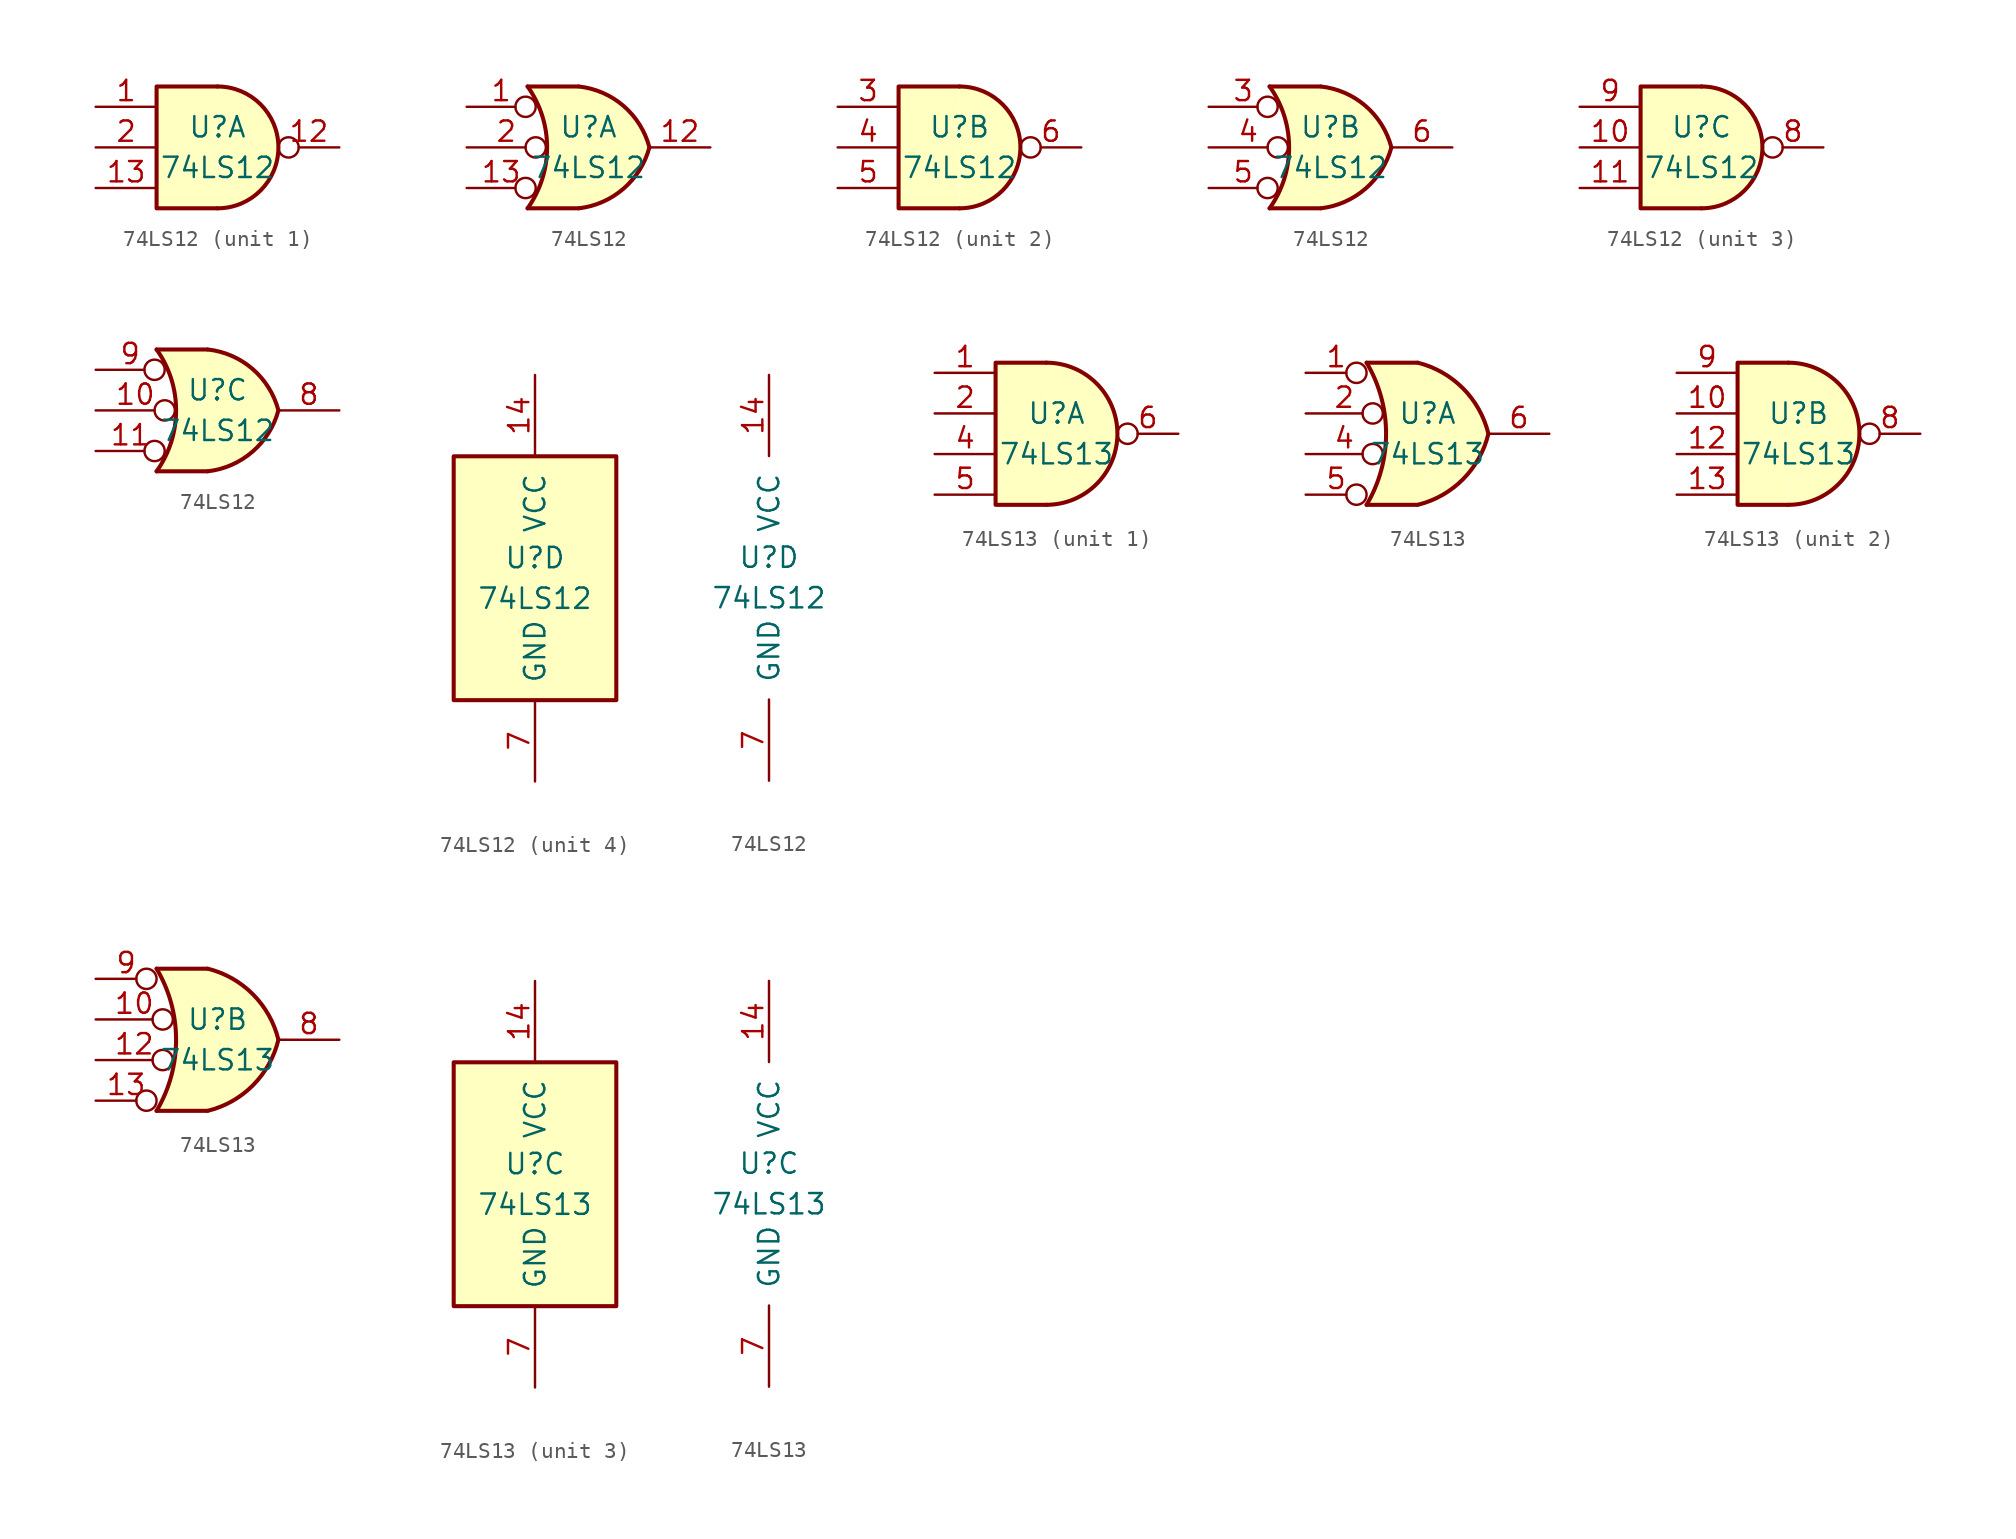
<source format=kicad_sym>
(kicad_symbol_lib
  (version 20211014)
  (generator kicad_symbol_editor)
  (symbol "74LS12"
    (pin_names
      (offset 1.016))
    (property "Reference" "U"
      (at 0 1.27 0)
      (effects (font (size 1.27 1.27))))
    (property "Value" "74LS12"
      (at 0 -1.27 0)
      (effects (font (size 1.27 1.27))))
    (property "ki_locked" ""
      (at 0 0 0)
      (effects (font (size 1.27 1.27))))
    (symbol "74LS12_1_1"
      (arc (start 0 -3.81) (mid 3.81 0) (end 0 3.81) (stroke (width 0.254) (type default) (color 0 0 0 0)) (fill (type background)))
      (polyline (pts (xy 0 3.81) (xy -3.81 3.81) (xy -3.81 -3.81) (xy 0 -3.81)) (stroke (width 0.254) (type default) (color 0 0 0 0)) (fill (type background)))
      (pin input line (at -7.62 2.54 0) (length 3.81) (name "~" (effects (font (size 1.27 1.27)))) (number "1" (effects (font (size 1.27 1.27)))))
      (pin open_collector inverted (at 7.62 0 180) (length 3.81) (name "~" (effects (font (size 1.27 1.27)))) (number "12" (effects (font (size 1.27 1.27)))))
      (pin input line (at -7.62 -2.54 0) (length 3.81) (name "~" (effects (font (size 1.27 1.27)))) (number "13" (effects (font (size 1.27 1.27)))))
      (pin input line (at -7.62 0 0) (length 3.81) (name "~" (effects (font (size 1.27 1.27)))) (number "2" (effects (font (size 1.27 1.27))))))
    (symbol "74LS12_1_2"
      (arc (start -3.81 -3.81) (mid -2.589 0) (end -3.81 3.81) (stroke (width 0.254) (type default) (color 0 0 0 0)) (fill (type none)))
      (arc (start -0.6096 -3.81) (mid 2.1855 -2.584) (end 3.81 0) (stroke (width 0.254) (type default) (color 0 0 0 0)) (fill (type background)))
      (polyline (pts (xy -3.81 -3.81) (xy -0.635 -3.81)) (stroke (width 0.254) (type default) (color 0 0 0 0)) (fill (type background)))
      (polyline (pts (xy -3.81 3.81) (xy -0.635 3.81)) (stroke (width 0.254) (type default) (color 0 0 0 0)) (fill (type background)))
      (polyline (pts (xy -0.635 3.81) (xy -3.81 3.81) (xy -3.81 3.81) (xy -3.556 3.404) (xy -3.023 2.261) (xy -2.692 1.041) (xy -2.616 -0.254) (xy -2.769 -1.499) (xy -3.175 -2.718) (xy -3.81 -3.81) (xy -3.81 -3.81) (xy -0.635 -3.81)) (stroke (width -25.4) (type default) (color 0 0 0 0)) (fill (type background)))
      (arc (start 3.81 0) (mid 2.1928 2.5925) (end -0.6096 3.81) (stroke (width 0.254) (type default) (color 0 0 0 0)) (fill (type background)))
      (pin input inverted (at -7.62 2.54 0) (length 4.318) (name "~" (effects (font (size 1.27 1.27)))) (number "1" (effects (font (size 1.27 1.27)))))
      (pin open_collector line (at 7.62 0 180) (length 3.81) (name "~" (effects (font (size 1.27 1.27)))) (number "12" (effects (font (size 1.27 1.27)))))
      (pin input inverted (at -7.62 -2.54 0) (length 4.318) (name "~" (effects (font (size 1.27 1.27)))) (number "13" (effects (font (size 1.27 1.27)))))
      (pin input inverted (at -7.62 0 0) (length 4.953) (name "~" (effects (font (size 1.27 1.27)))) (number "2" (effects (font (size 1.27 1.27))))))
    (symbol "74LS12_2_1"
      (arc (start 0 -3.81) (mid 3.81 0) (end 0 3.81) (stroke (width 0.254) (type default) (color 0 0 0 0)) (fill (type background)))
      (polyline (pts (xy 0 3.81) (xy -3.81 3.81) (xy -3.81 -3.81) (xy 0 -3.81)) (stroke (width 0.254) (type default) (color 0 0 0 0)) (fill (type background)))
      (pin input line (at -7.62 2.54 0) (length 3.81) (name "~" (effects (font (size 1.27 1.27)))) (number "3" (effects (font (size 1.27 1.27)))))
      (pin input line (at -7.62 0 0) (length 3.81) (name "~" (effects (font (size 1.27 1.27)))) (number "4" (effects (font (size 1.27 1.27)))))
      (pin input line (at -7.62 -2.54 0) (length 3.81) (name "~" (effects (font (size 1.27 1.27)))) (number "5" (effects (font (size 1.27 1.27)))))
      (pin open_collector inverted (at 7.62 0 180) (length 3.81) (name "~" (effects (font (size 1.27 1.27)))) (number "6" (effects (font (size 1.27 1.27))))))
    (symbol "74LS12_2_2"
      (arc (start -3.81 -3.81) (mid -2.589 0) (end -3.81 3.81) (stroke (width 0.254) (type default) (color 0 0 0 0)) (fill (type none)))
      (arc (start -0.6096 -3.81) (mid 2.1855 -2.584) (end 3.81 0) (stroke (width 0.254) (type default) (color 0 0 0 0)) (fill (type background)))
      (polyline (pts (xy -3.81 -3.81) (xy -0.635 -3.81)) (stroke (width 0.254) (type default) (color 0 0 0 0)) (fill (type background)))
      (polyline (pts (xy -3.81 3.81) (xy -0.635 3.81)) (stroke (width 0.254) (type default) (color 0 0 0 0)) (fill (type background)))
      (polyline (pts (xy -0.635 3.81) (xy -3.81 3.81) (xy -3.81 3.81) (xy -3.556 3.404) (xy -3.023 2.261) (xy -2.692 1.041) (xy -2.616 -0.254) (xy -2.769 -1.499) (xy -3.175 -2.718) (xy -3.81 -3.81) (xy -3.81 -3.81) (xy -0.635 -3.81)) (stroke (width -25.4) (type default) (color 0 0 0 0)) (fill (type background)))
      (arc (start 3.81 0) (mid 2.1928 2.5925) (end -0.6096 3.81) (stroke (width 0.254) (type default) (color 0 0 0 0)) (fill (type background)))
      (pin input inverted (at -7.62 2.54 0) (length 4.318) (name "~" (effects (font (size 1.27 1.27)))) (number "3" (effects (font (size 1.27 1.27)))))
      (pin input inverted (at -7.62 0 0) (length 4.953) (name "~" (effects (font (size 1.27 1.27)))) (number "4" (effects (font (size 1.27 1.27)))))
      (pin input inverted (at -7.62 -2.54 0) (length 4.318) (name "~" (effects (font (size 1.27 1.27)))) (number "5" (effects (font (size 1.27 1.27)))))
      (pin open_collector line (at 7.62 0 180) (length 3.81) (name "~" (effects (font (size 1.27 1.27)))) (number "6" (effects (font (size 1.27 1.27))))))
    (symbol "74LS12_3_1"
      (arc (start 0 -3.81) (mid 3.81 0) (end 0 3.81) (stroke (width 0.254) (type default) (color 0 0 0 0)) (fill (type background)))
      (polyline (pts (xy 0 3.81) (xy -3.81 3.81) (xy -3.81 -3.81) (xy 0 -3.81)) (stroke (width 0.254) (type default) (color 0 0 0 0)) (fill (type background)))
      (pin input line (at -7.62 0 0) (length 3.81) (name "~" (effects (font (size 1.27 1.27)))) (number "10" (effects (font (size 1.27 1.27)))))
      (pin input line (at -7.62 -2.54 0) (length 3.81) (name "~" (effects (font (size 1.27 1.27)))) (number "11" (effects (font (size 1.27 1.27)))))
      (pin open_collector inverted (at 7.62 0 180) (length 3.81) (name "~" (effects (font (size 1.27 1.27)))) (number "8" (effects (font (size 1.27 1.27)))))
      (pin input line (at -7.62 2.54 0) (length 3.81) (name "~" (effects (font (size 1.27 1.27)))) (number "9" (effects (font (size 1.27 1.27))))))
    (symbol "74LS12_3_2"
      (arc (start -3.81 -3.81) (mid -2.589 0) (end -3.81 3.81) (stroke (width 0.254) (type default) (color 0 0 0 0)) (fill (type none)))
      (arc (start -0.6096 -3.81) (mid 2.1855 -2.584) (end 3.81 0) (stroke (width 0.254) (type default) (color 0 0 0 0)) (fill (type background)))
      (polyline (pts (xy -3.81 -3.81) (xy -0.635 -3.81)) (stroke (width 0.254) (type default) (color 0 0 0 0)) (fill (type background)))
      (polyline (pts (xy -3.81 3.81) (xy -0.635 3.81)) (stroke (width 0.254) (type default) (color 0 0 0 0)) (fill (type background)))
      (polyline (pts (xy -0.635 3.81) (xy -3.81 3.81) (xy -3.81 3.81) (xy -3.556 3.404) (xy -3.023 2.261) (xy -2.692 1.041) (xy -2.616 -0.254) (xy -2.769 -1.499) (xy -3.175 -2.718) (xy -3.81 -3.81) (xy -3.81 -3.81) (xy -0.635 -3.81)) (stroke (width -25.4) (type default) (color 0 0 0 0)) (fill (type background)))
      (arc (start 3.81 0) (mid 2.1928 2.5925) (end -0.6096 3.81) (stroke (width 0.254) (type default) (color 0 0 0 0)) (fill (type background)))
      (pin input inverted (at -7.62 0 0) (length 4.953) (name "~" (effects (font (size 1.27 1.27)))) (number "10" (effects (font (size 1.27 1.27)))))
      (pin input inverted (at -7.62 -2.54 0) (length 4.318) (name "~" (effects (font (size 1.27 1.27)))) (number "11" (effects (font (size 1.27 1.27)))))
      (pin open_collector line (at 7.62 0 180) (length 3.81) (name "~" (effects (font (size 1.27 1.27)))) (number "8" (effects (font (size 1.27 1.27)))))
      (pin input inverted (at -7.62 2.54 0) (length 4.318) (name "~" (effects (font (size 1.27 1.27)))) (number "9" (effects (font (size 1.27 1.27))))))
    (symbol "74LS12_4_0"
      (pin power_in line (at 0 12.7 270) (length 5.08) (name "VCC" (effects (font (size 1.27 1.27)))) (number "14" (effects (font (size 1.27 1.27)))))
      (pin power_in line (at 0 -12.7 90) (length 5.08) (name "GND" (effects (font (size 1.27 1.27)))) (number "7" (effects (font (size 1.27 1.27))))))
    (symbol "74LS12_4_1"
      (rectangle (start -5.08 7.62) (end 5.08 -7.62) (stroke (width 0.254) (type default) (color 0 0 0 0)) (fill (type background)))))
  (symbol "74LS13"
    (pin_names
      (offset 1.016))
    (property "Reference" "U"
      (at 0 1.27 0)
      (effects (font (size 1.27 1.27))))
    (property "Value" "74LS13"
      (at 0 -1.27 0)
      (effects (font (size 1.27 1.27))))
    (property "ki_locked" ""
      (at 0 0 0)
      (effects (font (size 1.27 1.27))))
    (symbol "74LS13_1_1"
      (arc (start -0.635 -4.445) (mid 3.81 0) (end -0.635 4.445) (stroke (width 0.254) (type default) (color 0 0 0 0)) (fill (type background)))
      (polyline (pts (xy -0.635 4.445) (xy -3.81 4.445) (xy -3.81 -4.445) (xy -0.635 -4.445)) (stroke (width 0.254) (type default) (color 0 0 0 0)) (fill (type background)))
      (pin input line (at -7.62 3.81 0) (length 3.81) (name "~" (effects (font (size 1.27 1.27)))) (number "1" (effects (font (size 1.27 1.27)))))
      (pin input line (at -7.62 1.27 0) (length 3.81) (name "~" (effects (font (size 1.27 1.27)))) (number "2" (effects (font (size 1.27 1.27)))))
      (pin input line (at -7.62 -1.27 0) (length 3.81) (name "~" (effects (font (size 1.27 1.27)))) (number "4" (effects (font (size 1.27 1.27)))))
      (pin input line (at -7.62 -3.81 0) (length 3.81) (name "~" (effects (font (size 1.27 1.27)))) (number "5" (effects (font (size 1.27 1.27)))))
      (pin output inverted (at 7.62 0 180) (length 3.81) (name "~" (effects (font (size 1.27 1.27)))) (number "6" (effects (font (size 1.27 1.27))))))
    (symbol "74LS13_1_2"
      (arc (start -3.81 -4.445) (mid -2.5908 0) (end -3.81 4.445) (stroke (width 0.254) (type default) (color 0 0 0 0)) (fill (type none)))
      (arc (start -0.6096 -4.445) (mid 2.224 -2.8428) (end 3.81 0) (stroke (width 0.254) (type default) (color 0 0 0 0)) (fill (type background)))
      (polyline (pts (xy -3.81 -4.445) (xy -0.635 -4.445)) (stroke (width 0.254) (type default) (color 0 0 0 0)) (fill (type background)))
      (polyline (pts (xy -3.81 4.445) (xy -0.635 4.445)) (stroke (width 0.254) (type default) (color 0 0 0 0)) (fill (type background)))
      (polyline (pts (xy -0.635 4.445) (xy -3.81 4.445) (xy -3.81 4.445) (xy -3.632 4.089) (xy -3.099 2.921) (xy -2.769 1.676) (xy -2.616 0.432) (xy -2.642 -0.864) (xy -2.87 -2.108) (xy -3.251 -3.327) (xy -3.81 -4.445) (xy -3.81 -4.445) (xy -0.635 -4.445)) (stroke (width -25.4) (type default) (color 0 0 0 0)) (fill (type background)))
      (arc (start 3.81 0) (mid 2.2198 2.8386) (end -0.6096 4.445) (stroke (width 0.254) (type default) (color 0 0 0 0)) (fill (type background)))
      (pin input inverted (at -7.62 3.81 0) (length 3.81) (name "~" (effects (font (size 1.27 1.27)))) (number "1" (effects (font (size 1.27 1.27)))))
      (pin input inverted (at -7.62 1.27 0) (length 4.826) (name "~" (effects (font (size 1.27 1.27)))) (number "2" (effects (font (size 1.27 1.27)))))
      (pin input inverted (at -7.62 -1.27 0) (length 4.826) (name "~" (effects (font (size 1.27 1.27)))) (number "4" (effects (font (size 1.27 1.27)))))
      (pin input inverted (at -7.62 -3.81 0) (length 3.81) (name "~" (effects (font (size 1.27 1.27)))) (number "5" (effects (font (size 1.27 1.27)))))
      (pin output line (at 7.62 0 180) (length 3.81) (name "~" (effects (font (size 1.27 1.27)))) (number "6" (effects (font (size 1.27 1.27))))))
    (symbol "74LS13_2_1"
      (arc (start -0.635 -4.445) (mid 3.81 0) (end -0.635 4.445) (stroke (width 0.254) (type default) (color 0 0 0 0)) (fill (type background)))
      (polyline (pts (xy -0.635 4.445) (xy -3.81 4.445) (xy -3.81 -4.445) (xy -0.635 -4.445)) (stroke (width 0.254) (type default) (color 0 0 0 0)) (fill (type background)))
      (pin input line (at -7.62 1.27 0) (length 3.81) (name "~" (effects (font (size 1.27 1.27)))) (number "10" (effects (font (size 1.27 1.27)))))
      (pin input line (at -7.62 -1.27 0) (length 3.81) (name "~" (effects (font (size 1.27 1.27)))) (number "12" (effects (font (size 1.27 1.27)))))
      (pin input line (at -7.62 -3.81 0) (length 3.81) (name "~" (effects (font (size 1.27 1.27)))) (number "13" (effects (font (size 1.27 1.27)))))
      (pin output inverted (at 7.62 0 180) (length 3.81) (name "~" (effects (font (size 1.27 1.27)))) (number "8" (effects (font (size 1.27 1.27)))))
      (pin input line (at -7.62 3.81 0) (length 3.81) (name "~" (effects (font (size 1.27 1.27)))) (number "9" (effects (font (size 1.27 1.27))))))
    (symbol "74LS13_2_2"
      (arc (start -3.81 -4.445) (mid -2.5908 0) (end -3.81 4.445) (stroke (width 0.254) (type default) (color 0 0 0 0)) (fill (type none)))
      (arc (start -0.6096 -4.445) (mid 2.224 -2.8428) (end 3.81 0) (stroke (width 0.254) (type default) (color 0 0 0 0)) (fill (type background)))
      (polyline (pts (xy -3.81 -4.445) (xy -0.635 -4.445)) (stroke (width 0.254) (type default) (color 0 0 0 0)) (fill (type background)))
      (polyline (pts (xy -3.81 4.445) (xy -0.635 4.445)) (stroke (width 0.254) (type default) (color 0 0 0 0)) (fill (type background)))
      (polyline (pts (xy -0.635 4.445) (xy -3.81 4.445) (xy -3.81 4.445) (xy -3.632 4.089) (xy -3.099 2.921) (xy -2.769 1.676) (xy -2.616 0.432) (xy -2.642 -0.864) (xy -2.87 -2.108) (xy -3.251 -3.327) (xy -3.81 -4.445) (xy -3.81 -4.445) (xy -0.635 -4.445)) (stroke (width -25.4) (type default) (color 0 0 0 0)) (fill (type background)))
      (arc (start 3.81 0) (mid 2.2198 2.8386) (end -0.6096 4.445) (stroke (width 0.254) (type default) (color 0 0 0 0)) (fill (type background)))
      (pin input inverted (at -7.62 1.27 0) (length 4.826) (name "~" (effects (font (size 1.27 1.27)))) (number "10" (effects (font (size 1.27 1.27)))))
      (pin input inverted (at -7.62 -1.27 0) (length 4.826) (name "~" (effects (font (size 1.27 1.27)))) (number "12" (effects (font (size 1.27 1.27)))))
      (pin input inverted (at -7.62 -3.81 0) (length 3.81) (name "~" (effects (font (size 1.27 1.27)))) (number "13" (effects (font (size 1.27 1.27)))))
      (pin output line (at 7.62 0 180) (length 3.81) (name "~" (effects (font (size 1.27 1.27)))) (number "8" (effects (font (size 1.27 1.27)))))
      (pin input inverted (at -7.62 3.81 0) (length 3.81) (name "~" (effects (font (size 1.27 1.27)))) (number "9" (effects (font (size 1.27 1.27))))))
    (symbol "74LS13_3_0"
      (pin power_in line (at 0 12.7 270) (length 5.08) (name "VCC" (effects (font (size 1.27 1.27)))) (number "14" (effects (font (size 1.27 1.27)))))
      (pin power_in line (at 0 -12.7 90) (length 5.08) (name "GND" (effects (font (size 1.27 1.27)))) (number "7" (effects (font (size 1.27 1.27))))))
    (symbol "74LS13_3_1"
      (rectangle (start -5.08 7.62) (end 5.08 -7.62) (stroke (width 0.254) (type default) (color 0 0 0 0)) (fill (type background))))))
</source>
